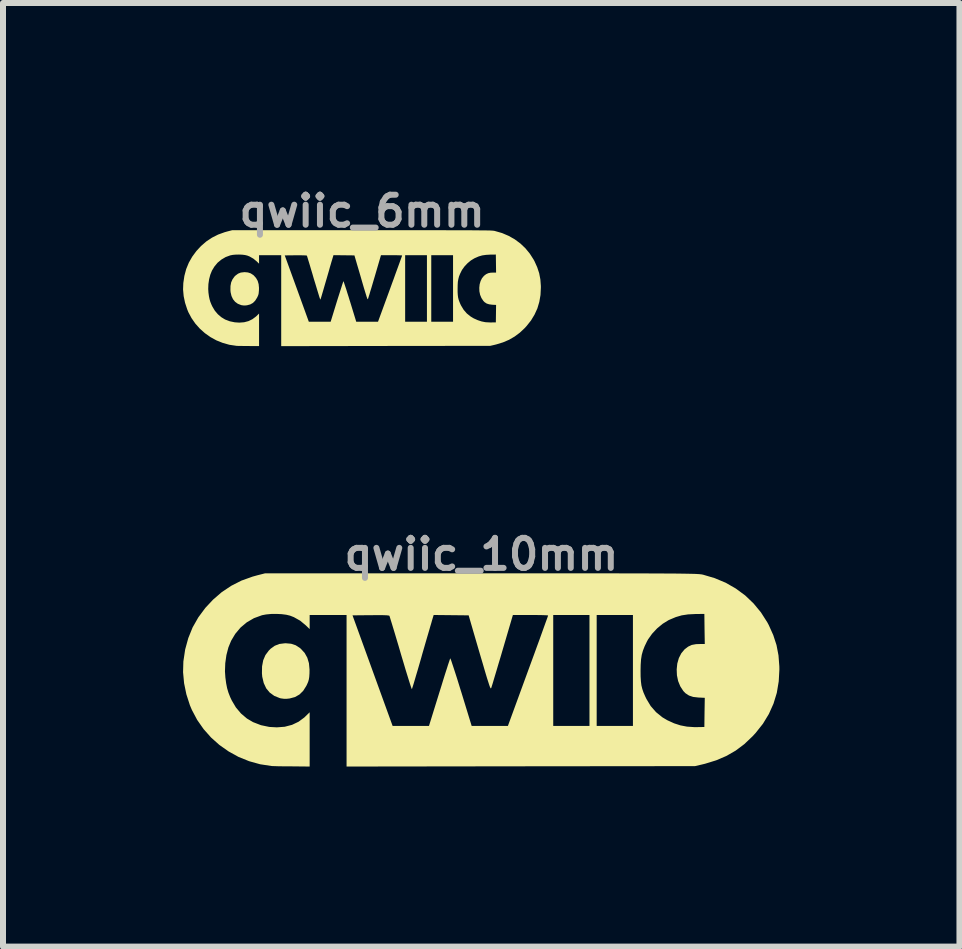
<source format=kicad_pcb>
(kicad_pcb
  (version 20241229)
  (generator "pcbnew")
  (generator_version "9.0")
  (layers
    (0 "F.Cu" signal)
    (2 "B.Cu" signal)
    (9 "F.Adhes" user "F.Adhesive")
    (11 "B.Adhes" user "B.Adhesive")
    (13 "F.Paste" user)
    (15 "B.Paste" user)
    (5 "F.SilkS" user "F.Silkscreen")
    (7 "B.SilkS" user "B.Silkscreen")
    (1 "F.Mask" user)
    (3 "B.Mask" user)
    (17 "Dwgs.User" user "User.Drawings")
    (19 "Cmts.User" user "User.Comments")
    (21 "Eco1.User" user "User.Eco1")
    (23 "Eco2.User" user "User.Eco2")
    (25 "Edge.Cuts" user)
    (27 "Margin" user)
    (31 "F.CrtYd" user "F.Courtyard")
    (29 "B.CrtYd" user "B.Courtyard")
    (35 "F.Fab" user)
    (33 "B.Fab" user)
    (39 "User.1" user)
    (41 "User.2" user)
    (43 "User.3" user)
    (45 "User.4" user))
  (footprint "qwiic_6mm"
    (layer "F.Cu")
    (at 2.983 1.738)
    (property "Reference" "qwiic_6mm" (at 0 -1.27 0) (layer "F.Fab") (effects (font (size 0.5 0.5) (thickness 0.1))))
    (attr board_only exclude_from_pos_files exclude_from_bom)
    (fp_poly (pts (xy -1.903 -0.249) (xy -1.857 -0.234) (xy -1.815 -0.207) (xy -1.804 -0.198) (xy -1.767 -0.156) (xy -1.74 -0.109) (xy -1.724 -0.054) (xy -1.718 0.009) (xy -1.719 0.049) (xy -1.722 0.083) (xy -1.725 0.109) (xy -1.732 0.132) (xy -1.743 0.157) (xy -1.751 0.173) (xy -1.782 0.222) (xy -1.819 0.259) (xy -1.864 0.284) (xy -1.917 0.298) (xy -1.945 0.301) (xy -1.975 0.301) (xy -2.006 0.297) (xy -2.015 0.295) (xy -2.071 0.273) (xy -2.116 0.24) (xy -2.151 0.197) (xy -2.176 0.144) (xy -2.191 0.081) (xy -2.194 0.047) (xy -2.193 -0.023) (xy -2.182 -0.083) (xy -2.159 -0.135) (xy -2.126 -0.181) (xy -2.107 -0.199) (xy -2.066 -0.229) (xy -2.021 -0.247) (xy -1.968 -0.253) (xy -1.957 -0.254)) (stroke (width 0) (type solid)) (fill yes) (layer "F.SilkS"))
    (fp_poly (pts (xy 0.206 -0.953) (xy 0.402 -0.953) (xy 0.584 -0.953) (xy 0.753 -0.953) (xy 0.91 -0.953) (xy 1.055 -0.953) (xy 1.188 -0.953) (xy 1.31 -0.953) (xy 1.422 -0.952) (xy 1.524 -0.952) (xy 1.616 -0.952) (xy 1.699 -0.952) (xy 1.774 -0.952) (xy 1.84 -0.951) (xy 1.9 -0.951) (xy 1.952 -0.95) (xy 1.997 -0.95) (xy 2.037 -0.949) (xy 2.071 -0.949) (xy 2.099 -0.948) (xy 2.124 -0.948) (xy 2.144 -0.947) (xy 2.161 -0.946) (xy 2.175 -0.945) (xy 2.186 -0.944) (xy 2.195 -0.943) (xy 2.202 -0.942) (xy 2.209 -0.94) (xy 2.214 -0.939) (xy 2.332 -0.905) (xy 2.442 -0.858) (xy 2.544 -0.8) (xy 2.637 -0.731) (xy 2.72 -0.652) (xy 2.794 -0.562) (xy 2.858 -0.462) (xy 2.872 -0.436) (xy 2.917 -0.336) (xy 2.95 -0.236) (xy 2.97 -0.132) (xy 2.978 -0.023) (xy 2.978 0.007) (xy 2.972 0.127) (xy 2.952 0.242) (xy 2.92 0.35) (xy 2.873 0.453) (xy 2.814 0.551) (xy 2.74 0.644) (xy 2.709 0.678) (xy 2.627 0.755) (xy 2.541 0.819) (xy 2.448 0.873) (xy 2.347 0.916) (xy 2.236 0.95) (xy 2.204 0.958) (xy 2.134 0.974) (xy 0.393 0.976) (xy -1.348 0.979) (xy -1.348 0.221) (xy -1.348 -0.533) (xy -1.289 -0.533) (xy -1.088 0.02) (xy -0.888 0.572) (xy -0.706 0.572) (xy -0.524 0.572) (xy -0.421 0.237) (xy -0.4 0.17) (xy -0.38 0.108) (xy -0.362 0.051) (xy -0.346 0.001) (xy -0.333 -0.041) (xy -0.322 -0.073) (xy -0.315 -0.095) (xy -0.312 -0.103) (xy -0.312 -0.103) (xy -0.309 -0.098) (xy -0.302 -0.08) (xy -0.292 -0.05) (xy -0.279 -0.011) (xy -0.263 0.037) (xy -0.246 0.093) (xy -0.226 0.155) (xy -0.206 0.221) (xy -0.202 0.232) (xy -0.098 0.572) (xy 0.083 0.572) (xy 0.265 0.572) (xy 0.466 0.023) (xy 0.497 -0.063) (xy 0.527 -0.144) (xy 0.554 -0.22) (xy 0.58 -0.291) (xy 0.603 -0.354) (xy 0.623 -0.409) (xy 0.64 -0.456) (xy 0.653 -0.492) (xy 0.662 -0.517) (xy 0.666 -0.53) (xy 0.667 -0.532) (xy 0.66 -0.533) (xy 0.64 -0.534) (xy 0.61 -0.535) (xy 0.572 -0.536) (xy 0.527 -0.536) (xy 0.491 -0.536) (xy 0.717 -0.536) (xy 0.717 0.018) (xy 0.717 0.572) (xy 0.899 0.572) (xy 1.08 0.572) (xy 1.08 0.018) (xy 1.08 -0.536) (xy 1.152 -0.536) (xy 1.152 0.018) (xy 1.152 0.572) (xy 1.333 0.572) (xy 1.515 0.572) (xy 1.515 0.022) (xy 1.591 0.022) (xy 1.591 0.08) (xy 1.594 0.127) (xy 1.599 0.167) (xy 1.608 0.204) (xy 1.621 0.24) (xy 1.638 0.281) (xy 1.649 0.303) (xy 1.692 0.374) (xy 1.745 0.435) (xy 1.809 0.486) (xy 1.859 0.516) (xy 1.926 0.546) (xy 1.989 0.567) (xy 2.054 0.58) (xy 2.126 0.584) (xy 2.16 0.584) (xy 2.228 0.583) (xy 2.23 0.438) (xy 2.232 0.292) (xy 2.168 0.289) (xy 2.116 0.282) (xy 2.075 0.269) (xy 2.04 0.246) (xy 2.019 0.224) (xy 1.988 0.177) (xy 1.966 0.124) (xy 1.954 0.066) (xy 1.952 0.007) (xy 1.958 -0.051) (xy 1.974 -0.106) (xy 1.998 -0.154) (xy 2.031 -0.193) (xy 2.066 -0.22) (xy 2.103 -0.237) (xy 2.144 -0.245) (xy 2.176 -0.246) (xy 2.232 -0.246) (xy 2.23 -0.397) (xy 2.228 -0.547) (xy 2.138 -0.546) (xy 2.066 -0.542) (xy 2.002 -0.533) (xy 1.943 -0.516) (xy 1.883 -0.49) (xy 1.87 -0.484) (xy 1.811 -0.448) (xy 1.756 -0.402) (xy 1.706 -0.349) (xy 1.665 -0.292) (xy 1.654 -0.271) (xy 1.631 -0.224) (xy 1.614 -0.181) (xy 1.603 -0.138) (xy 1.595 -0.092) (xy 1.592 -0.038) (xy 1.591 0.022) (xy 1.515 0.022) (xy 1.515 0.018) (xy 1.515 -0.536) (xy 1.333 -0.536) (xy 1.152 -0.536) (xy 1.08 -0.536) (xy 0.899 -0.536) (xy 0.717 -0.536) (xy 0.491 -0.536) (xy 0.314 -0.536) (xy 0.211 -0.183) (xy 0.19 -0.113) (xy 0.171 -0.048) (xy 0.153 0.013) (xy 0.136 0.067) (xy 0.123 0.113) (xy 0.111 0.15) (xy 0.103 0.176) (xy 0.099 0.19) (xy 0.098 0.191) (xy 0.097 0.195) (xy 0.095 0.197) (xy 0.093 0.197) (xy 0.09 0.193) (xy 0.086 0.186) (xy 0.082 0.174) (xy 0.075 0.156) (xy 0.068 0.132) (xy 0.058 0.1) (xy 0.046 0.061) (xy 0.031 0.012) (xy 0.014 -0.046) (xy -0.006 -0.115) (xy -0.029 -0.195) (xy -0.056 -0.287) (xy -0.087 -0.392) (xy -0.093 -0.413) (xy -0.128 -0.533) (xy -0.303 -0.535) (xy -0.477 -0.537) (xy -0.495 -0.477) (xy -0.501 -0.457) (xy -0.511 -0.425) (xy -0.523 -0.383) (xy -0.538 -0.332) (xy -0.554 -0.274) (xy -0.572 -0.212) (xy -0.591 -0.146) (xy -0.602 -0.109) (xy -0.621 -0.044) (xy -0.638 0.015) (xy -0.654 0.07) (xy -0.668 0.117) (xy -0.679 0.155) (xy -0.688 0.184) (xy -0.694 0.2) (xy -0.695 0.205) (xy -0.698 0.199) (xy -0.705 0.181) (xy -0.715 0.151) (xy -0.727 0.111) (xy -0.742 0.062) (xy -0.759 0.006) (xy -0.778 -0.057) (xy -0.799 -0.125) (xy -0.808 -0.155) (xy -0.828 -0.225) (xy -0.848 -0.291) (xy -0.866 -0.352) (xy -0.882 -0.406) (xy -0.896 -0.451) (xy -0.907 -0.488) (xy -0.915 -0.513) (xy -0.919 -0.527) (xy -0.92 -0.529) (xy -0.928 -0.531) (xy -0.948 -0.533) (xy -0.98 -0.534) (xy -1.025 -0.535) (xy -1.085 -0.535) (xy -1.107 -0.535) (xy -1.289 -0.533) (xy -1.348 -0.533) (xy -1.348 -0.536) (xy -1.533 -0.536) (xy -1.717 -0.536) (xy -1.717 -0.466) (xy -1.717 -0.395) (xy -1.756 -0.433) (xy -1.812 -0.479) (xy -1.875 -0.515) (xy -1.913 -0.53) (xy -1.95 -0.539) (xy -1.998 -0.545) (xy -2.05 -0.547) (xy -2.103 -0.546) (xy -2.153 -0.542) (xy -2.194 -0.534) (xy -2.195 -0.534) (xy -2.274 -0.505) (xy -2.345 -0.463) (xy -2.408 -0.411) (xy -2.461 -0.347) (xy -2.502 -0.279) (xy -2.529 -0.212) (xy -2.549 -0.136) (xy -2.561 -0.055) (xy -2.564 0.027) (xy -2.56 0.089) (xy -2.552 0.147) (xy -2.542 0.196) (xy -2.529 0.24) (xy -2.511 0.285) (xy -2.495 0.319) (xy -2.454 0.388) (xy -2.403 0.448) (xy -2.344 0.498) (xy -2.283 0.535) (xy -2.204 0.565) (xy -2.121 0.582) (xy -2.045 0.587) (xy -1.966 0.581) (xy -1.893 0.562) (xy -1.828 0.53) (xy -1.77 0.487) (xy -1.76 0.478) (xy -1.717 0.436) (xy -1.717 0.707) (xy -1.717 0.978) (xy -1.893 0.977) (xy -1.944 0.977) (xy -1.992 0.976) (xy -2.033 0.975) (xy -2.067 0.975) (xy -2.09 0.974) (xy -2.098 0.973) (xy -2.212 0.956) (xy -2.322 0.925) (xy -2.427 0.883) (xy -2.527 0.828) (xy -2.619 0.763) (xy -2.703 0.688) (xy -2.778 0.604) (xy -2.842 0.512) (xy -2.895 0.413) (xy -2.914 0.366) (xy -2.95 0.256) (xy -2.973 0.146) (xy -2.983 0.035) (xy -2.979 -0.072) (xy -2.961 -0.192) (xy -2.931 -0.305) (xy -2.887 -0.412) (xy -2.83 -0.512) (xy -2.761 -0.606) (xy -2.683 -0.69) (xy -2.595 -0.766) (xy -2.5 -0.829) (xy -2.399 -0.88) (xy -2.288 -0.92) (xy -2.241 -0.933) (xy -2.163 -0.953) (xy -0.004 -0.953)) (stroke (width 0) (type solid)) (fill yes) (layer "F.SilkS")))
  (footprint "qwiic_10mm"
    (layer "F.Cu")
    (at 4.971 8.09)
    (property "Reference" "qwiic_10mm" (at 0 -1.905 0) (layer "F.Fab") (effects (font (size 0.5 0.5) (thickness 0.1))))
    (attr board_only exclude_from_pos_files exclude_from_bom)
    (fp_poly (pts (xy -3.171 -0.415) (xy -3.095 -0.39) (xy -3.025 -0.345) (xy -3.007 -0.329) (xy -2.945 -0.261) (xy -2.901 -0.182) (xy -2.874 -0.091) (xy -2.864 0.016) (xy -2.865 0.081) (xy -2.869 0.139) (xy -2.876 0.182) (xy -2.887 0.22) (xy -2.905 0.261) (xy -2.918 0.288) (xy -2.97 0.37) (xy -3.032 0.431) (xy -3.106 0.473) (xy -3.196 0.497) (xy -3.242 0.502) (xy -3.292 0.502) (xy -3.343 0.495) (xy -3.359 0.491) (xy -3.451 0.454) (xy -3.527 0.399) (xy -3.586 0.328) (xy -3.627 0.24) (xy -3.652 0.135) (xy -3.657 0.078) (xy -3.655 -0.038) (xy -3.636 -0.139) (xy -3.599 -0.226) (xy -3.543 -0.301) (xy -3.512 -0.332) (xy -3.444 -0.381) (xy -3.368 -0.411) (xy -3.28 -0.422) (xy -3.261 -0.423)) (stroke (width 0) (type solid)) (fill yes) (layer "F.SilkS"))
    (fp_poly (pts (xy 0.344 -1.588) (xy 0.67 -1.588) (xy 0.974 -1.588) (xy 1.256 -1.588) (xy 1.517 -1.588) (xy 1.758 -1.588) (xy 1.98 -1.588) (xy 2.184 -1.588) (xy 2.37 -1.587) (xy 2.54 -1.587) (xy 2.693 -1.587) (xy 2.832 -1.586) (xy 2.956 -1.586) (xy 3.067 -1.585) (xy 3.166 -1.585) (xy 3.253 -1.584) (xy 3.329 -1.583) (xy 3.394 -1.582) (xy 3.451 -1.581) (xy 3.499 -1.58) (xy 3.54 -1.579) (xy 3.574 -1.578) (xy 3.601 -1.576) (xy 3.624 -1.575) (xy 3.643 -1.573) (xy 3.658 -1.571) (xy 3.671 -1.57) (xy 3.682 -1.567) (xy 3.69 -1.566) (xy 3.886 -1.508) (xy 4.07 -1.431) (xy 4.239 -1.334) (xy 4.395 -1.219) (xy 4.534 -1.086) (xy 4.657 -0.937) (xy 4.763 -0.771) (xy 4.787 -0.726) (xy 4.862 -0.559) (xy 4.916 -0.393) (xy 4.949 -0.221) (xy 4.963 -0.039) (xy 4.964 0.012) (xy 4.953 0.212) (xy 4.921 0.403) (xy 4.866 0.583) (xy 4.789 0.755) (xy 4.69 0.918) (xy 4.567 1.073) (xy 4.515 1.129) (xy 4.379 1.258) (xy 4.235 1.366) (xy 4.08 1.455) (xy 3.912 1.527) (xy 3.727 1.584) (xy 3.674 1.597) (xy 3.557 1.624) (xy 0.655 1.627) (xy -2.247 1.631) (xy -2.247 0.369) (xy -2.247 -0.888) (xy -2.148 -0.888) (xy -1.814 0.033) (xy -1.48 0.954) (xy -1.177 0.954) (xy -0.874 0.954) (xy -0.701 0.396) (xy -0.666 0.284) (xy -0.634 0.18) (xy -0.604 0.084) (xy -0.577 0.001) (xy -0.555 -0.069) (xy -0.537 -0.122) (xy -0.525 -0.158) (xy -0.52 -0.172) (xy -0.52 -0.172) (xy -0.515 -0.163) (xy -0.503 -0.133) (xy -0.487 -0.084) (xy -0.465 -0.018) (xy -0.439 0.062) (xy -0.409 0.155) (xy -0.377 0.258) (xy -0.343 0.368) (xy -0.337 0.386) (xy -0.163 0.954) (xy 0.139 0.954) (xy 0.441 0.954) (xy 0.776 0.038) (xy 0.828 -0.104) (xy 0.878 -0.24) (xy 0.924 -0.367) (xy 0.967 -0.484) (xy 1.005 -0.59) (xy 1.038 -0.682) (xy 1.066 -0.76) (xy 1.088 -0.82) (xy 1.103 -0.862) (xy 1.11 -0.883) (xy 1.111 -0.886) (xy 1.1 -0.888) (xy 1.067 -0.89) (xy 1.017 -0.892) (xy 0.953 -0.893) (xy 0.878 -0.894) (xy 0.818 -0.894) (xy 1.196 -0.894) (xy 1.196 0.03) (xy 1.196 0.954) (xy 1.498 0.954) (xy 1.8 0.954) (xy 1.8 0.03) (xy 1.8 -0.894) (xy 1.92 -0.894) (xy 1.92 0.03) (xy 1.92 0.954) (xy 2.222 0.954) (xy 2.524 0.954) (xy 2.524 0.036) (xy 2.651 0.036) (xy 2.652 0.133) (xy 2.657 0.212) (xy 2.665 0.278) (xy 2.68 0.339) (xy 2.701 0.4) (xy 2.731 0.468) (xy 2.749 0.505) (xy 2.82 0.623) (xy 2.909 0.725) (xy 3.015 0.811) (xy 3.098 0.86) (xy 3.21 0.911) (xy 3.315 0.945) (xy 3.424 0.966) (xy 3.543 0.974) (xy 3.599 0.974) (xy 3.714 0.972) (xy 3.717 0.729) (xy 3.721 0.486) (xy 3.614 0.481) (xy 3.527 0.471) (xy 3.458 0.448) (xy 3.4 0.41) (xy 3.364 0.373) (xy 3.313 0.295) (xy 3.277 0.207) (xy 3.257 0.111) (xy 3.253 0.012) (xy 3.263 -0.085) (xy 3.289 -0.176) (xy 3.33 -0.256) (xy 3.385 -0.322) (xy 3.444 -0.367) (xy 3.504 -0.395) (xy 3.574 -0.408) (xy 3.627 -0.41) (xy 3.721 -0.411) (xy 3.717 -0.661) (xy 3.714 -0.912) (xy 3.563 -0.91) (xy 3.443 -0.904) (xy 3.337 -0.888) (xy 3.238 -0.859) (xy 3.138 -0.817) (xy 3.116 -0.807) (xy 3.019 -0.747) (xy 2.926 -0.67) (xy 2.843 -0.581) (xy 2.776 -0.487) (xy 2.757 -0.452) (xy 2.719 -0.373) (xy 2.691 -0.301) (xy 2.671 -0.23) (xy 2.659 -0.153) (xy 2.653 -0.064) (xy 2.651 0.036) (xy 2.524 0.036) (xy 2.524 0.03) (xy 2.524 -0.894) (xy 2.222 -0.894) (xy 1.92 -0.894) (xy 1.8 -0.894) (xy 1.498 -0.894) (xy 1.196 -0.894) (xy 0.818 -0.894) (xy 0.524 -0.894) (xy 0.351 -0.305) (xy 0.317 -0.189) (xy 0.284 -0.08) (xy 0.254 0.022) (xy 0.227 0.112) (xy 0.204 0.189) (xy 0.186 0.25) (xy 0.172 0.294) (xy 0.165 0.317) (xy 0.164 0.319) (xy 0.161 0.325) (xy 0.158 0.329) (xy 0.155 0.328) (xy 0.15 0.322) (xy 0.144 0.31) (xy 0.136 0.29) (xy 0.126 0.26) (xy 0.113 0.219) (xy 0.096 0.167) (xy 0.076 0.101) (xy 0.052 0.02) (xy 0.024 -0.077) (xy -0.01 -0.191) (xy -0.049 -0.324) (xy -0.094 -0.478) (xy -0.145 -0.653) (xy -0.155 -0.688) (xy -0.213 -0.888) (xy -0.504 -0.891) (xy -0.796 -0.894) (xy -0.826 -0.794) (xy -0.835 -0.761) (xy -0.851 -0.708) (xy -0.871 -0.638) (xy -0.896 -0.553) (xy -0.924 -0.457) (xy -0.954 -0.353) (xy -0.986 -0.243) (xy -1.003 -0.181) (xy -1.034 -0.074) (xy -1.063 0.026) (xy -1.09 0.116) (xy -1.113 0.195) (xy -1.132 0.259) (xy -1.147 0.306) (xy -1.156 0.334) (xy -1.159 0.341) (xy -1.164 0.332) (xy -1.175 0.301) (xy -1.191 0.252) (xy -1.212 0.185) (xy -1.237 0.104) (xy -1.266 0.01) (xy -1.297 -0.095) (xy -1.331 -0.208) (xy -1.346 -0.259) (xy -1.38 -0.376) (xy -1.413 -0.486) (xy -1.443 -0.587) (xy -1.47 -0.676) (xy -1.493 -0.752) (xy -1.512 -0.813) (xy -1.525 -0.856) (xy -1.532 -0.878) (xy -1.533 -0.881) (xy -1.546 -0.885) (xy -1.579 -0.889) (xy -1.633 -0.891) (xy -1.709 -0.892) (xy -1.808 -0.891) (xy -1.845 -0.891) (xy -2.148 -0.888) (xy -2.247 -0.888) (xy -2.247 -0.894) (xy -2.554 -0.894) (xy -2.862 -0.894) (xy -2.862 -0.776) (xy -2.862 -0.659) (xy -2.926 -0.721) (xy -3.02 -0.799) (xy -3.125 -0.858) (xy -3.189 -0.883) (xy -3.251 -0.898) (xy -3.329 -0.908) (xy -3.416 -0.912) (xy -3.505 -0.911) (xy -3.588 -0.903) (xy -3.657 -0.89) (xy -3.659 -0.889) (xy -3.79 -0.841) (xy -3.909 -0.772) (xy -4.013 -0.685) (xy -4.102 -0.579) (xy -4.17 -0.465) (xy -4.216 -0.353) (xy -4.249 -0.226) (xy -4.268 -0.091) (xy -4.273 0.045) (xy -4.266 0.148) (xy -4.253 0.245) (xy -4.237 0.326) (xy -4.215 0.4) (xy -4.186 0.474) (xy -4.159 0.531) (xy -4.091 0.646) (xy -4.006 0.747) (xy -3.907 0.831) (xy -3.805 0.891) (xy -3.673 0.942) (xy -3.534 0.971) (xy -3.409 0.978) (xy -3.277 0.968) (xy -3.155 0.936) (xy -3.046 0.884) (xy -2.949 0.812) (xy -2.934 0.797) (xy -2.862 0.727) (xy -2.862 1.179) (xy -2.862 1.631) (xy -3.155 1.628) (xy -3.24 1.628) (xy -3.319 1.627) (xy -3.389 1.626) (xy -3.445 1.624) (xy -3.483 1.623) (xy -3.497 1.622) (xy -3.687 1.593) (xy -3.87 1.542) (xy -4.046 1.471) (xy -4.211 1.38) (xy -4.365 1.272) (xy -4.505 1.147) (xy -4.629 1.007) (xy -4.736 0.854) (xy -4.824 0.688) (xy -4.857 0.61) (xy -4.916 0.427) (xy -4.954 0.243) (xy -4.971 0.059) (xy -4.966 -0.12) (xy -4.936 -0.32) (xy -4.884 -0.509) (xy -4.812 -0.687) (xy -4.717 -0.854) (xy -4.601 -1.011) (xy -4.472 -1.149) (xy -4.325 -1.276) (xy -4.167 -1.381) (xy -3.998 -1.467) (xy -3.814 -1.533) (xy -3.735 -1.555) (xy -3.605 -1.588) (xy -0.006 -1.588)) (stroke (width 0) (type solid)) (fill yes) (layer "F.SilkS")))
  (gr_rect
    (start -3 -3)
    (end 12.935 12.721)
    (stroke (width 0.1) (type default))
    (fill no)
    (layer "Edge.Cuts")))
</source>
